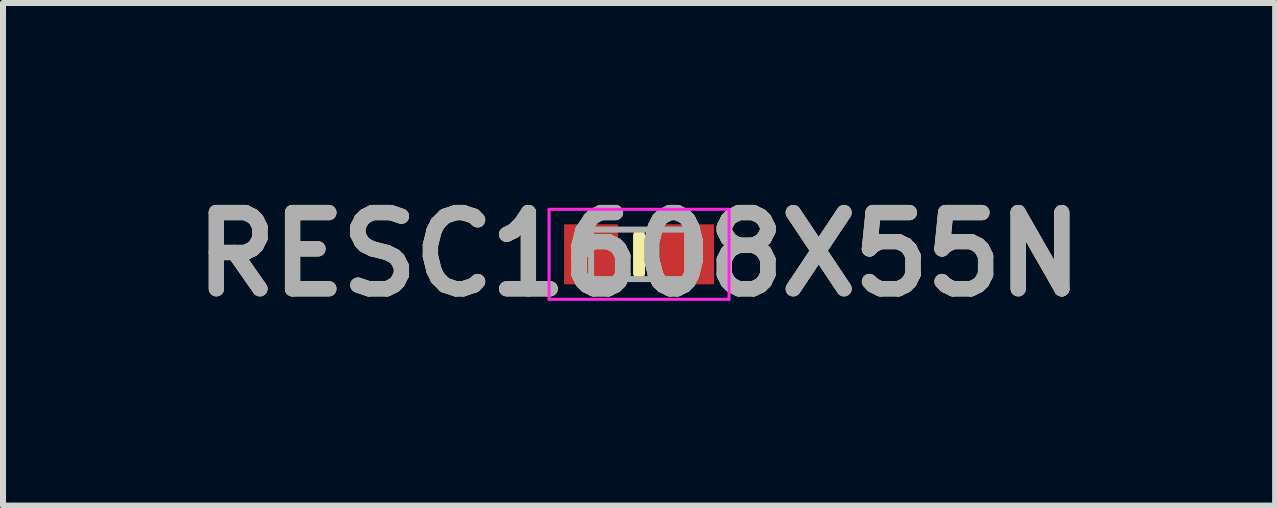
<source format=kicad_pcb>
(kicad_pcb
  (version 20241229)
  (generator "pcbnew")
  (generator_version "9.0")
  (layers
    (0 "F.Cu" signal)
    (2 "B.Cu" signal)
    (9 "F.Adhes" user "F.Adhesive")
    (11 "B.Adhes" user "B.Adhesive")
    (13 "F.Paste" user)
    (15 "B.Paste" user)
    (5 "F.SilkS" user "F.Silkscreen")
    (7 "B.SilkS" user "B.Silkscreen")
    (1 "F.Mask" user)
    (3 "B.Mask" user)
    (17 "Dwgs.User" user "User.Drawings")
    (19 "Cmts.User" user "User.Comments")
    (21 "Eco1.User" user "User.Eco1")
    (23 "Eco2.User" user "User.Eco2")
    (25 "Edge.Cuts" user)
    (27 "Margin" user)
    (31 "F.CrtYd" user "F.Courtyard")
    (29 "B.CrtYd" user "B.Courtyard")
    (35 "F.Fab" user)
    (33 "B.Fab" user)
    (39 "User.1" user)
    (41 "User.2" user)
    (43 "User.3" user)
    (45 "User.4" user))
  (footprint "RESC1608X55N"
    (layer "F.Cu")
    (at 7.602 1.189)
    (property "Reference" "RESC1608X55N" (at 0 0 0) (layer "F.SilkS") (effects (font (size 1.27 1.27) (thickness 0.254))))
    (attr smd)
    (fp_line (start 0 -0.312) (end 0 0.312) (stroke (width 0.2) (type solid)) (layer "F.SilkS"))
    (fp_line (start -1.5 -0.75) (end 1.5 -0.75) (stroke (width 0.05) (type solid)) (layer "F.CrtYd"))
    (fp_line (start -1.5 0.75) (end -1.5 -0.75) (stroke (width 0.05) (type solid)) (layer "F.CrtYd"))
    (fp_line (start 1.5 -0.75) (end 1.5 0.75) (stroke (width 0.05) (type solid)) (layer "F.CrtYd"))
    (fp_line (start 1.5 0.75) (end -1.5 0.75) (stroke (width 0.05) (type solid)) (layer "F.CrtYd"))
    (fp_line (start -0.8 -0.412) (end 0.8 -0.412) (stroke (width 0.1) (type solid)) (layer "F.Fab"))
    (fp_line (start -0.8 0.412) (end -0.8 -0.412) (stroke (width 0.1) (type solid)) (layer "F.Fab"))
    (fp_line (start 0.8 -0.412) (end 0.8 0.412) (stroke (width 0.1) (type solid)) (layer "F.Fab"))
    (fp_line (start 0.8 0.412) (end -0.8 0.412) (stroke (width 0.1) (type solid)) (layer "F.Fab"))
    (fp_text user "${REFERENCE}" (at 0 0 0) (layer "F.Fab") (effects (font (size 1.27 1.27) (thickness 0.254))))
    (pad "1" smd rect (at -0.8 0) (size 0.9 1) (layers "F.Cu" "F.Mask" "F.Paste"))
    (pad "2" smd rect (at 0.8 0) (size 0.9 1) (layers "F.Cu" "F.Mask" "F.Paste")))
  (gr_rect
    (start -3 -3)
    (end 18.204 5.377)
    (stroke (width 0.1) (type default))
    (fill no)
    (layer "Edge.Cuts")))
</source>
